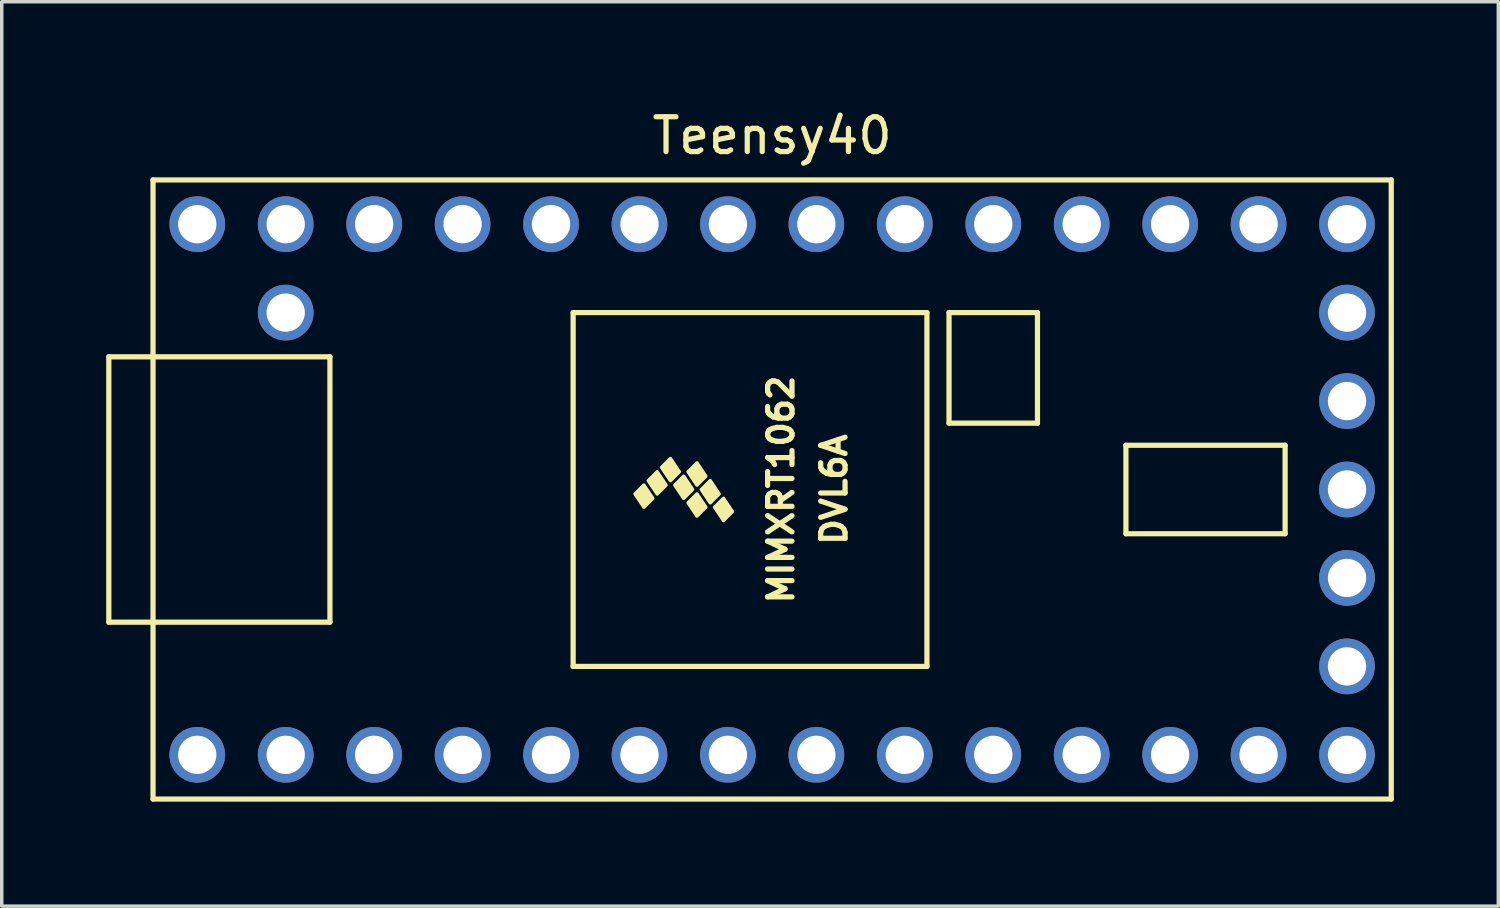
<source format=kicad_pcb>
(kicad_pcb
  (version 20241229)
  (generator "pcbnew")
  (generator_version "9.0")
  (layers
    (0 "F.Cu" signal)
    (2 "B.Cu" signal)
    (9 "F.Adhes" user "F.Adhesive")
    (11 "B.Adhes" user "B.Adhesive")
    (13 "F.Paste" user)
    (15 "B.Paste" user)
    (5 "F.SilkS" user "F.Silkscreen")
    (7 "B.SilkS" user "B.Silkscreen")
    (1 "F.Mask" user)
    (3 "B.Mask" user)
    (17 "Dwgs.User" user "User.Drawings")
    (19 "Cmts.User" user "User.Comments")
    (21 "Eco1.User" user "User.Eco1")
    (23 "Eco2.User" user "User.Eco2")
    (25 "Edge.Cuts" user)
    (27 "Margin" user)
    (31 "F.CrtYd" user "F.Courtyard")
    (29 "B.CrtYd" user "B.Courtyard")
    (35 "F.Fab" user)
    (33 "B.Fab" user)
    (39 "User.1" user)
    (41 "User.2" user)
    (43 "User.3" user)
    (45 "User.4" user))
  (footprint "Teensy40"
    (layer "F.Cu")
    (at 19.125 11.008)
    (property "Reference" "Teensy40" (at 0 -10.16 0) (layer "F.SilkS") (effects (font (size 1 1) (thickness 0.15))))
    (attr through_hole)
    (fp_line (start -19.05 -3.81) (end -17.78 -3.81) (stroke (width 0.15) (type solid)) (layer "F.SilkS"))
    (fp_line (start -19.05 3.81) (end -19.05 -3.81) (stroke (width 0.15) (type solid)) (layer "F.SilkS"))
    (fp_line (start -17.78 -8.89) (end 17.78 -8.89) (stroke (width 0.15) (type solid)) (layer "F.SilkS"))
    (fp_line (start -17.78 3.81) (end -19.05 3.81) (stroke (width 0.15) (type solid)) (layer "F.SilkS"))
    (fp_line (start -17.78 8.89) (end -17.78 -8.89) (stroke (width 0.15) (type solid)) (layer "F.SilkS"))
    (fp_line (start -12.7 -3.81) (end -17.78 -3.81) (stroke (width 0.15) (type solid)) (layer "F.SilkS"))
    (fp_line (start -12.7 3.81) (end -17.78 3.81) (stroke (width 0.15) (type solid)) (layer "F.SilkS"))
    (fp_line (start -12.7 3.81) (end -12.7 -3.81) (stroke (width 0.15) (type solid)) (layer "F.SilkS"))
    (fp_line (start -5.715 -5.08) (end -5.715 5.08) (stroke (width 0.15) (type solid)) (layer "F.SilkS"))
    (fp_line (start 4.445 -5.08) (end -5.715 -5.08) (stroke (width 0.15) (type solid)) (layer "F.SilkS"))
    (fp_line (start 4.445 5.08) (end -5.715 5.08) (stroke (width 0.15) (type solid)) (layer "F.SilkS"))
    (fp_line (start 4.445 5.08) (end 4.445 -5.08) (stroke (width 0.15) (type solid)) (layer "F.SilkS"))
    (fp_line (start 5.08 -5.08) (end 7.62 -5.08) (stroke (width 0.15) (type solid)) (layer "F.SilkS"))
    (fp_line (start 5.08 -1.905) (end 5.08 -5.08) (stroke (width 0.15) (type solid)) (layer "F.SilkS"))
    (fp_line (start 7.62 -5.08) (end 7.62 -1.905) (stroke (width 0.15) (type solid)) (layer "F.SilkS"))
    (fp_line (start 7.62 -1.905) (end 5.08 -1.905) (stroke (width 0.15) (type solid)) (layer "F.SilkS"))
    (fp_line (start 10.16 -1.27) (end 14.732 -1.27) (stroke (width 0.15) (type solid)) (layer "F.SilkS"))
    (fp_line (start 10.16 1.27) (end 10.16 -1.27) (stroke (width 0.15) (type solid)) (layer "F.SilkS"))
    (fp_line (start 14.732 -1.27) (end 14.732 1.27) (stroke (width 0.15) (type solid)) (layer "F.SilkS"))
    (fp_line (start 14.732 1.27) (end 10.16 1.27) (stroke (width 0.15) (type solid)) (layer "F.SilkS"))
    (fp_line (start 17.78 -8.89) (end 17.78 8.89) (stroke (width 0.15) (type solid)) (layer "F.SilkS"))
    (fp_line (start 17.78 8.89) (end -17.78 8.89) (stroke (width 0.15) (type solid)) (layer "F.SilkS"))
    (fp_poly (pts (xy -3.937 0.127) (xy -3.683 -0.127) (xy -3.429 0.254) (xy -3.683 0.508)) (stroke (width 0.1) (type solid)) (fill yes) (layer "F.SilkS"))
    (fp_poly (pts (xy -3.556 -0.254) (xy -3.302 -0.508) (xy -3.048 -0.127) (xy -3.302 0.127)) (stroke (width 0.1) (type solid)) (fill yes) (layer "F.SilkS"))
    (fp_poly (pts (xy -3.175 -0.635) (xy -2.921 -0.889) (xy -2.667 -0.508) (xy -2.921 -0.254)) (stroke (width 0.1) (type solid)) (fill yes) (layer "F.SilkS"))
    (fp_poly (pts (xy -2.794 -0.127) (xy -2.54 -0.381) (xy -2.286 0) (xy -2.54 0.254)) (stroke (width 0.1) (type solid)) (fill yes) (layer "F.SilkS"))
    (fp_poly (pts (xy -2.413 -0.508) (xy -2.159 -0.762) (xy -1.905 -0.381) (xy -2.159 -0.127)) (stroke (width 0.1) (type solid)) (fill yes) (layer "F.SilkS"))
    (fp_poly (pts (xy -2.413 0.381) (xy -2.159 0.127) (xy -1.905 0.508) (xy -2.159 0.762)) (stroke (width 0.1) (type solid)) (fill yes) (layer "F.SilkS"))
    (fp_poly (pts (xy -2.032 0) (xy -1.778 -0.254) (xy -1.524 0.127) (xy -1.778 0.381)) (stroke (width 0.1) (type solid)) (fill yes) (layer "F.SilkS"))
    (fp_poly (pts (xy -1.651 0.508) (xy -1.397 0.254) (xy -1.143 0.635) (xy -1.397 0.889)) (stroke (width 0.1) (type solid)) (fill yes) (layer "F.SilkS"))
    (fp_text user "MIMXRT1062" (at 0.254 0 90) (layer "F.SilkS") (effects (font (size 0.7 0.7) (thickness 0.15))))
    (fp_text user "DVL6A" (at 1.778 0 90) (layer "F.SilkS") (effects (font (size 0.7 0.7) (thickness 0.15))))
    (pad "" smd rect (at -11.31 -1.34) (size 2 1) (layers "F.Mask" "F.Paste"))
    (pad "" smd rect (at -11.31 1.2) (size 2 1) (layers "F.Mask" "F.Paste"))
    (pad "" smd rect (at -8.3 -4.8) (size 2 1) (layers "F.Mask" "F.Paste"))
    (pad "" smd rect (at -8.3 -3.53) (size 2 1) (layers "F.Mask" "F.Paste"))
    (pad "" smd rect (at -8.3 -2.26) (size 2 1) (layers "F.Mask" "F.Paste"))
    (pad "" smd rect (at -8.3 -0.99) (size 2 1) (layers "F.Mask" "F.Paste"))
    (pad "" smd rect (at -8.3 0.28) (size 2 1) (layers "F.Mask" "F.Paste"))
    (pad "" smd rect (at -8.3 1.55) (size 2 1) (layers "F.Mask" "F.Paste"))
    (pad "" smd rect (at -8.3 2.82) (size 2 1) (layers "F.Mask" "F.Paste"))
    (pad "" smd rect (at -8.3 4.09) (size 2 1) (layers "F.Mask" "F.Paste"))
    (pad "" smd rect (at 8.89 -5.08) (size 2 1) (layers "F.Mask" "F.Paste"))
    (pad "" smd rect (at 8.89 -2.54) (size 2 1) (layers "F.Mask" "F.Paste"))
    (pad "" smd rect (at 8.89 0) (size 2 1) (layers "F.Mask" "F.Paste"))
    (pad "" smd rect (at 8.89 2.54) (size 2 1) (layers "F.Mask" "F.Paste"))
    (pad "" smd rect (at 8.89 5.08) (size 2 1) (layers "F.Mask" "F.Paste"))
    (pad "" smd rect (at 11.43 -5.08) (size 2 1) (layers "F.Mask" "F.Paste"))
    (pad "" smd rect (at 11.43 -2.54) (size 2 1) (layers "F.Mask" "F.Paste"))
    (pad "" smd rect (at 11.43 0) (size 2 1) (layers "F.Mask" "F.Paste"))
    (pad "" smd rect (at 11.43 2.54) (size 2 1) (layers "F.Mask" "F.Paste"))
    (pad "" smd rect (at 11.43 5.08) (size 2 1) (layers "F.Mask" "F.Paste"))
    (pad "1" thru_hole circle (at -16.51 7.62) (size 1.6 1.6) (drill 1.1) (layers "*.Cu" "*.Mask"))
    (pad "2" thru_hole circle (at -13.97 7.62) (size 1.6 1.6) (drill 1.1) (layers "*.Cu" "*.Mask"))
    (pad "3" thru_hole circle (at -11.43 7.62) (size 1.6 1.6) (drill 1.1) (layers "*.Cu" "*.Mask"))
    (pad "4" thru_hole circle (at -8.89 7.62) (size 1.6 1.6) (drill 1.1) (layers "*.Cu" "*.Mask"))
    (pad "5" thru_hole circle (at -6.35 7.62) (size 1.6 1.6) (drill 1.1) (layers "*.Cu" "*.Mask"))
    (pad "6" thru_hole circle (at -3.81 7.62) (size 1.6 1.6) (drill 1.1) (layers "*.Cu" "*.Mask"))
    (pad "7" thru_hole circle (at -1.27 7.62) (size 1.6 1.6) (drill 1.1) (layers "*.Cu" "*.Mask"))
    (pad "8" thru_hole circle (at 1.27 7.62) (size 1.6 1.6) (drill 1.1) (layers "*.Cu" "*.Mask"))
    (pad "9" thru_hole circle (at 3.81 7.62) (size 1.6 1.6) (drill 1.1) (layers "*.Cu" "*.Mask"))
    (pad "10" thru_hole circle (at 6.35 7.62) (size 1.6 1.6) (drill 1.1) (layers "*.Cu" "*.Mask"))
    (pad "11" thru_hole circle (at 8.89 7.62) (size 1.6 1.6) (drill 1.1) (layers "*.Cu" "*.Mask"))
    (pad "12" thru_hole circle (at 11.43 7.62) (size 1.6 1.6) (drill 1.1) (layers "*.Cu" "*.Mask"))
    (pad "13" thru_hole circle (at 13.97 7.62) (size 1.6 1.6) (drill 1.1) (layers "*.Cu" "*.Mask"))
    (pad "14" thru_hole circle (at 16.51 7.62) (size 1.6 1.6) (drill 1.1) (layers "*.Cu" "*.Mask"))
    (pad "15" thru_hole circle (at 16.51 5.08) (size 1.6 1.6) (drill 1.1) (layers "*.Cu" "*.Mask"))
    (pad "16" thru_hole circle (at 16.51 2.54) (size 1.6 1.6) (drill 1.1) (layers "*.Cu" "*.Mask"))
    (pad "17" thru_hole circle (at 16.51 0) (size 1.6 1.6) (drill 1.1) (layers "*.Cu" "*.Mask"))
    (pad "18" thru_hole circle (at 16.51 -2.54) (size 1.6 1.6) (drill 1.1) (layers "*.Cu" "*.Mask"))
    (pad "19" thru_hole circle (at 16.51 -5.08) (size 1.6 1.6) (drill 1.1) (layers "*.Cu" "*.Mask"))
    (pad "20" thru_hole circle (at 16.51 -7.62) (size 1.6 1.6) (drill 1.1) (layers "*.Cu" "*.Mask"))
    (pad "21" thru_hole circle (at 13.97 -7.62) (size 1.6 1.6) (drill 1.1) (layers "*.Cu" "*.Mask"))
    (pad "22" thru_hole circle (at 11.43 -7.62) (size 1.6 1.6) (drill 1.1) (layers "*.Cu" "*.Mask"))
    (pad "23" thru_hole circle (at 8.89 -7.62) (size 1.6 1.6) (drill 1.1) (layers "*.Cu" "*.Mask"))
    (pad "24" thru_hole circle (at 6.35 -7.62) (size 1.6 1.6) (drill 1.1) (layers "*.Cu" "*.Mask"))
    (pad "25" thru_hole circle (at 3.81 -7.62) (size 1.6 1.6) (drill 1.1) (layers "*.Cu" "*.Mask"))
    (pad "26" thru_hole circle (at 1.27 -7.62) (size 1.6 1.6) (drill 1.1) (layers "*.Cu" "*.Mask"))
    (pad "27" thru_hole circle (at -1.27 -7.62) (size 1.6 1.6) (drill 1.1) (layers "*.Cu" "*.Mask"))
    (pad "28" thru_hole circle (at -3.81 -7.62) (size 1.6 1.6) (drill 1.1) (layers "*.Cu" "*.Mask"))
    (pad "29" thru_hole circle (at -6.35 -7.62) (size 1.6 1.6) (drill 1.1) (layers "*.Cu" "*.Mask"))
    (pad "30" thru_hole circle (at -8.89 -7.62) (size 1.6 1.6) (drill 1.1) (layers "*.Cu" "*.Mask"))
    (pad "31" thru_hole circle (at -11.43 -7.62) (size 1.6 1.6) (drill 1.1) (layers "*.Cu" "*.Mask"))
    (pad "32" thru_hole circle (at -13.97 -7.62) (size 1.6 1.6) (drill 1.1) (layers "*.Cu" "*.Mask"))
    (pad "33" thru_hole circle (at -16.51 -7.62) (size 1.6 1.6) (drill 1.1) (layers "*.Cu" "*.Mask"))
    (pad "34" thru_hole circle (at -13.97 -5.08) (size 1.6 1.6) (drill 1.1) (layers "*.Cu" "*.Mask")))
  (gr_rect
    (start -3 -3)
    (end 39.98 22.973)
    (stroke (width 0.1) (type default))
    (fill no)
    (layer "Edge.Cuts")))
</source>
